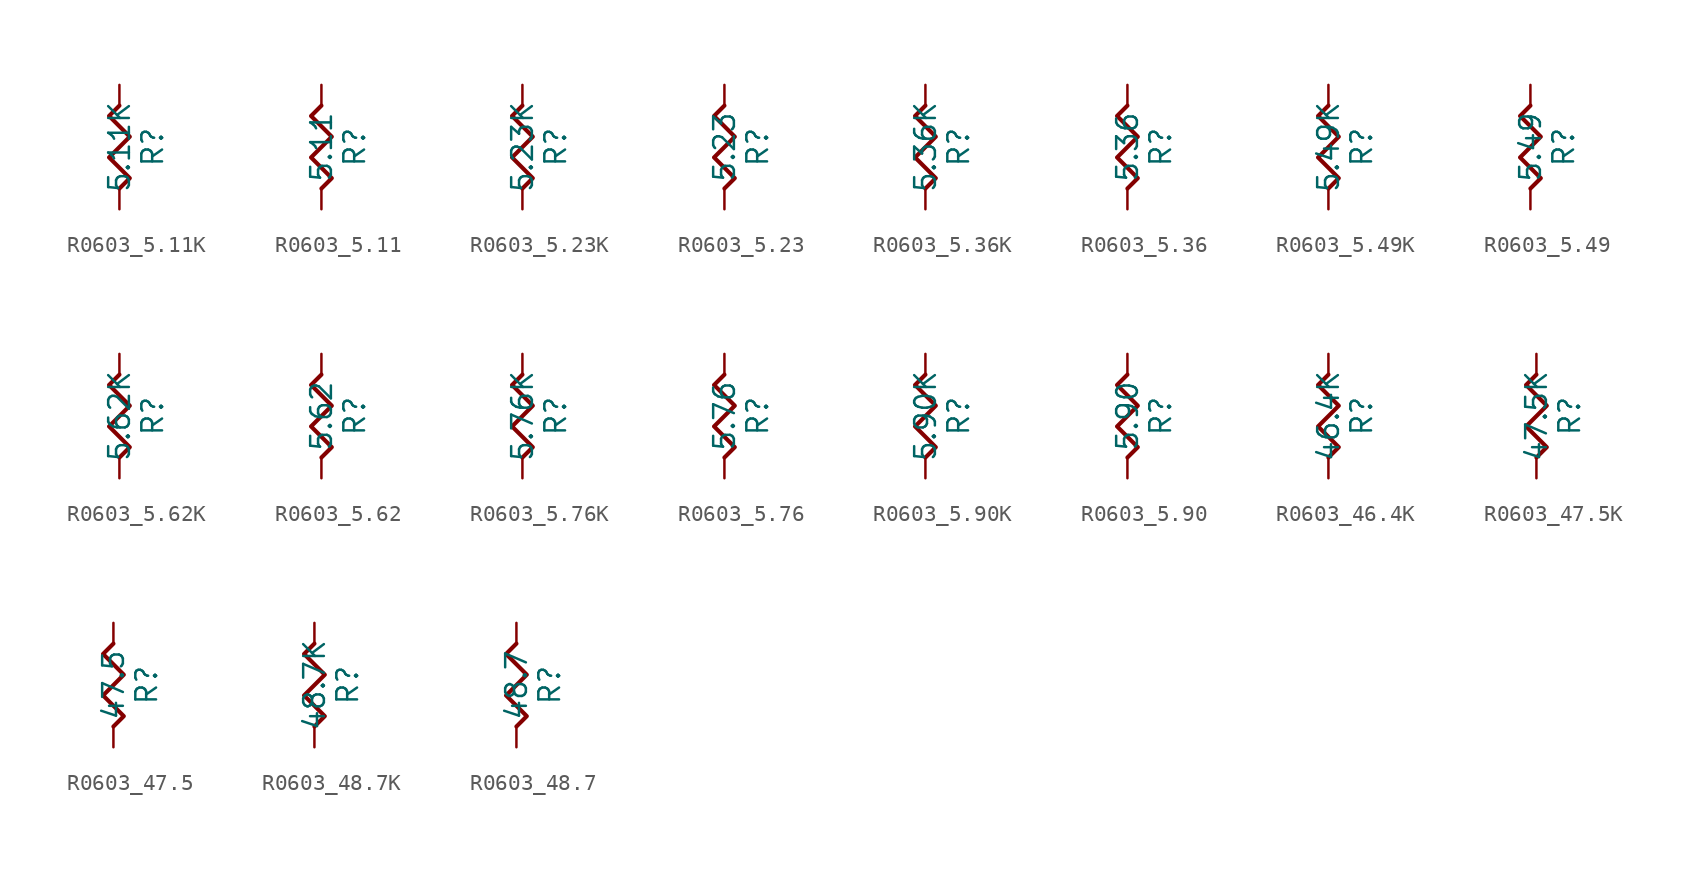
<source format=kicad_sym>
(kicad_symbol_lib
  (version 20211014)
  (generator atlantix-eda)
  (symbol "R0603_5.11K"
    (pin_numbers hide)
    (pin_names
      (offset 0))
    (property "Reference" "R"
      (at 2.032 0 90)
      (effects (font (size 1.27 1.27))))
    (property "Value" "5.11K"
      (at 0 0 90)
      (effects (font (size 1.27 1.27))))
    (symbol "R0603_5.11K_0_1"
      (polyline (pts (xy 0 -2.54) (xy 0.635 -1.905) (xy -0.635 -0.635) (xy 0.635 0.635) (xy -0.635 1.905) (xy 0 2.54)) (stroke (width 0.254) (type default) (color 0 0 0 0)) (fill (type none))))
    (symbol "R0603_5.11K_1_1"
      (pin passive line (at 0 3.81 270) (length 1.27) (name "~" (effects (font (size 1.27 1.27)))) (number "1" (effects (font (size 1.27 1.27)))))
      (pin passive line (at 0 -3.81 90) (length 1.27) (name "~" (effects (font (size 1.27 1.27)))) (number "2" (effects (font (size 1.27 1.27)))))))
  (symbol "R0603_5.11"
    (pin_numbers hide)
    (pin_names
      (offset 0))
    (property "Reference" "R"
      (at 2.032 0 90)
      (effects (font (size 1.27 1.27))))
    (property "Value" "5.11"
      (at 0 0 90)
      (effects (font (size 1.27 1.27))))
    (symbol "R0603_5.11_0_1"
      (polyline (pts (xy 0 -2.54) (xy 0.635 -1.905) (xy -0.635 -0.635) (xy 0.635 0.635) (xy -0.635 1.905) (xy 0 2.54)) (stroke (width 0.254) (type default) (color 0 0 0 0)) (fill (type none))))
    (symbol "R0603_5.11_1_1"
      (pin passive line (at 0 3.81 270) (length 1.27) (name "~" (effects (font (size 1.27 1.27)))) (number "1" (effects (font (size 1.27 1.27)))))
      (pin passive line (at 0 -3.81 90) (length 1.27) (name "~" (effects (font (size 1.27 1.27)))) (number "2" (effects (font (size 1.27 1.27)))))))
  (symbol "R0603_5.23K"
    (pin_numbers hide)
    (pin_names
      (offset 0))
    (property "Reference" "R"
      (at 2.032 0 90)
      (effects (font (size 1.27 1.27))))
    (property "Value" "5.23K"
      (at 0 0 90)
      (effects (font (size 1.27 1.27))))
    (symbol "R0603_5.23K_0_1"
      (polyline (pts (xy 0 -2.54) (xy 0.635 -1.905) (xy -0.635 -0.635) (xy 0.635 0.635) (xy -0.635 1.905) (xy 0 2.54)) (stroke (width 0.254) (type default) (color 0 0 0 0)) (fill (type none))))
    (symbol "R0603_5.23K_1_1"
      (pin passive line (at 0 3.81 270) (length 1.27) (name "~" (effects (font (size 1.27 1.27)))) (number "1" (effects (font (size 1.27 1.27)))))
      (pin passive line (at 0 -3.81 90) (length 1.27) (name "~" (effects (font (size 1.27 1.27)))) (number "2" (effects (font (size 1.27 1.27)))))))
  (symbol "R0603_5.23"
    (pin_numbers hide)
    (pin_names
      (offset 0))
    (property "Reference" "R"
      (at 2.032 0 90)
      (effects (font (size 1.27 1.27))))
    (property "Value" "5.23"
      (at 0 0 90)
      (effects (font (size 1.27 1.27))))
    (symbol "R0603_5.23_0_1"
      (polyline (pts (xy 0 -2.54) (xy 0.635 -1.905) (xy -0.635 -0.635) (xy 0.635 0.635) (xy -0.635 1.905) (xy 0 2.54)) (stroke (width 0.254) (type default) (color 0 0 0 0)) (fill (type none))))
    (symbol "R0603_5.23_1_1"
      (pin passive line (at 0 3.81 270) (length 1.27) (name "~" (effects (font (size 1.27 1.27)))) (number "1" (effects (font (size 1.27 1.27)))))
      (pin passive line (at 0 -3.81 90) (length 1.27) (name "~" (effects (font (size 1.27 1.27)))) (number "2" (effects (font (size 1.27 1.27)))))))
  (symbol "R0603_5.36K"
    (pin_numbers hide)
    (pin_names
      (offset 0))
    (property "Reference" "R"
      (at 2.032 0 90)
      (effects (font (size 1.27 1.27))))
    (property "Value" "5.36K"
      (at 0 0 90)
      (effects (font (size 1.27 1.27))))
    (symbol "R0603_5.36K_0_1"
      (polyline (pts (xy 0 -2.54) (xy 0.635 -1.905) (xy -0.635 -0.635) (xy 0.635 0.635) (xy -0.635 1.905) (xy 0 2.54)) (stroke (width 0.254) (type default) (color 0 0 0 0)) (fill (type none))))
    (symbol "R0603_5.36K_1_1"
      (pin passive line (at 0 3.81 270) (length 1.27) (name "~" (effects (font (size 1.27 1.27)))) (number "1" (effects (font (size 1.27 1.27)))))
      (pin passive line (at 0 -3.81 90) (length 1.27) (name "~" (effects (font (size 1.27 1.27)))) (number "2" (effects (font (size 1.27 1.27)))))))
  (symbol "R0603_5.36"
    (pin_numbers hide)
    (pin_names
      (offset 0))
    (property "Reference" "R"
      (at 2.032 0 90)
      (effects (font (size 1.27 1.27))))
    (property "Value" "5.36"
      (at 0 0 90)
      (effects (font (size 1.27 1.27))))
    (symbol "R0603_5.36_0_1"
      (polyline (pts (xy 0 -2.54) (xy 0.635 -1.905) (xy -0.635 -0.635) (xy 0.635 0.635) (xy -0.635 1.905) (xy 0 2.54)) (stroke (width 0.254) (type default) (color 0 0 0 0)) (fill (type none))))
    (symbol "R0603_5.36_1_1"
      (pin passive line (at 0 3.81 270) (length 1.27) (name "~" (effects (font (size 1.27 1.27)))) (number "1" (effects (font (size 1.27 1.27)))))
      (pin passive line (at 0 -3.81 90) (length 1.27) (name "~" (effects (font (size 1.27 1.27)))) (number "2" (effects (font (size 1.27 1.27)))))))
  (symbol "R0603_5.49K"
    (pin_numbers hide)
    (pin_names
      (offset 0))
    (property "Reference" "R"
      (at 2.032 0 90)
      (effects (font (size 1.27 1.27))))
    (property "Value" "5.49K"
      (at 0 0 90)
      (effects (font (size 1.27 1.27))))
    (symbol "R0603_5.49K_0_1"
      (polyline (pts (xy 0 -2.54) (xy 0.635 -1.905) (xy -0.635 -0.635) (xy 0.635 0.635) (xy -0.635 1.905) (xy 0 2.54)) (stroke (width 0.254) (type default) (color 0 0 0 0)) (fill (type none))))
    (symbol "R0603_5.49K_1_1"
      (pin passive line (at 0 3.81 270) (length 1.27) (name "~" (effects (font (size 1.27 1.27)))) (number "1" (effects (font (size 1.27 1.27)))))
      (pin passive line (at 0 -3.81 90) (length 1.27) (name "~" (effects (font (size 1.27 1.27)))) (number "2" (effects (font (size 1.27 1.27)))))))
  (symbol "R0603_5.49"
    (pin_numbers hide)
    (pin_names
      (offset 0))
    (property "Reference" "R"
      (at 2.032 0 90)
      (effects (font (size 1.27 1.27))))
    (property "Value" "5.49"
      (at 0 0 90)
      (effects (font (size 1.27 1.27))))
    (symbol "R0603_5.49_0_1"
      (polyline (pts (xy 0 -2.54) (xy 0.635 -1.905) (xy -0.635 -0.635) (xy 0.635 0.635) (xy -0.635 1.905) (xy 0 2.54)) (stroke (width 0.254) (type default) (color 0 0 0 0)) (fill (type none))))
    (symbol "R0603_5.49_1_1"
      (pin passive line (at 0 3.81 270) (length 1.27) (name "~" (effects (font (size 1.27 1.27)))) (number "1" (effects (font (size 1.27 1.27)))))
      (pin passive line (at 0 -3.81 90) (length 1.27) (name "~" (effects (font (size 1.27 1.27)))) (number "2" (effects (font (size 1.27 1.27)))))))
  (symbol "R0603_5.62K"
    (pin_numbers hide)
    (pin_names
      (offset 0))
    (property "Reference" "R"
      (at 2.032 0 90)
      (effects (font (size 1.27 1.27))))
    (property "Value" "5.62K"
      (at 0 0 90)
      (effects (font (size 1.27 1.27))))
    (symbol "R0603_5.62K_0_1"
      (polyline (pts (xy 0 -2.54) (xy 0.635 -1.905) (xy -0.635 -0.635) (xy 0.635 0.635) (xy -0.635 1.905) (xy 0 2.54)) (stroke (width 0.254) (type default) (color 0 0 0 0)) (fill (type none))))
    (symbol "R0603_5.62K_1_1"
      (pin passive line (at 0 3.81 270) (length 1.27) (name "~" (effects (font (size 1.27 1.27)))) (number "1" (effects (font (size 1.27 1.27)))))
      (pin passive line (at 0 -3.81 90) (length 1.27) (name "~" (effects (font (size 1.27 1.27)))) (number "2" (effects (font (size 1.27 1.27)))))))
  (symbol "R0603_5.62"
    (pin_numbers hide)
    (pin_names
      (offset 0))
    (property "Reference" "R"
      (at 2.032 0 90)
      (effects (font (size 1.27 1.27))))
    (property "Value" "5.62"
      (at 0 0 90)
      (effects (font (size 1.27 1.27))))
    (symbol "R0603_5.62_0_1"
      (polyline (pts (xy 0 -2.54) (xy 0.635 -1.905) (xy -0.635 -0.635) (xy 0.635 0.635) (xy -0.635 1.905) (xy 0 2.54)) (stroke (width 0.254) (type default) (color 0 0 0 0)) (fill (type none))))
    (symbol "R0603_5.62_1_1"
      (pin passive line (at 0 3.81 270) (length 1.27) (name "~" (effects (font (size 1.27 1.27)))) (number "1" (effects (font (size 1.27 1.27)))))
      (pin passive line (at 0 -3.81 90) (length 1.27) (name "~" (effects (font (size 1.27 1.27)))) (number "2" (effects (font (size 1.27 1.27)))))))
  (symbol "R0603_5.76K"
    (pin_numbers hide)
    (pin_names
      (offset 0))
    (property "Reference" "R"
      (at 2.032 0 90)
      (effects (font (size 1.27 1.27))))
    (property "Value" "5.76K"
      (at 0 0 90)
      (effects (font (size 1.27 1.27))))
    (symbol "R0603_5.76K_0_1"
      (polyline (pts (xy 0 -2.54) (xy 0.635 -1.905) (xy -0.635 -0.635) (xy 0.635 0.635) (xy -0.635 1.905) (xy 0 2.54)) (stroke (width 0.254) (type default) (color 0 0 0 0)) (fill (type none))))
    (symbol "R0603_5.76K_1_1"
      (pin passive line (at 0 3.81 270) (length 1.27) (name "~" (effects (font (size 1.27 1.27)))) (number "1" (effects (font (size 1.27 1.27)))))
      (pin passive line (at 0 -3.81 90) (length 1.27) (name "~" (effects (font (size 1.27 1.27)))) (number "2" (effects (font (size 1.27 1.27)))))))
  (symbol "R0603_5.76"
    (pin_numbers hide)
    (pin_names
      (offset 0))
    (property "Reference" "R"
      (at 2.032 0 90)
      (effects (font (size 1.27 1.27))))
    (property "Value" "5.76"
      (at 0 0 90)
      (effects (font (size 1.27 1.27))))
    (symbol "R0603_5.76_0_1"
      (polyline (pts (xy 0 -2.54) (xy 0.635 -1.905) (xy -0.635 -0.635) (xy 0.635 0.635) (xy -0.635 1.905) (xy 0 2.54)) (stroke (width 0.254) (type default) (color 0 0 0 0)) (fill (type none))))
    (symbol "R0603_5.76_1_1"
      (pin passive line (at 0 3.81 270) (length 1.27) (name "~" (effects (font (size 1.27 1.27)))) (number "1" (effects (font (size 1.27 1.27)))))
      (pin passive line (at 0 -3.81 90) (length 1.27) (name "~" (effects (font (size 1.27 1.27)))) (number "2" (effects (font (size 1.27 1.27)))))))
  (symbol "R0603_5.90K"
    (pin_numbers hide)
    (pin_names
      (offset 0))
    (property "Reference" "R"
      (at 2.032 0 90)
      (effects (font (size 1.27 1.27))))
    (property "Value" "5.90K"
      (at 0 0 90)
      (effects (font (size 1.27 1.27))))
    (symbol "R0603_5.90K_0_1"
      (polyline (pts (xy 0 -2.54) (xy 0.635 -1.905) (xy -0.635 -0.635) (xy 0.635 0.635) (xy -0.635 1.905) (xy 0 2.54)) (stroke (width 0.254) (type default) (color 0 0 0 0)) (fill (type none))))
    (symbol "R0603_5.90K_1_1"
      (pin passive line (at 0 3.81 270) (length 1.27) (name "~" (effects (font (size 1.27 1.27)))) (number "1" (effects (font (size 1.27 1.27)))))
      (pin passive line (at 0 -3.81 90) (length 1.27) (name "~" (effects (font (size 1.27 1.27)))) (number "2" (effects (font (size 1.27 1.27)))))))
  (symbol "R0603_5.90"
    (pin_numbers hide)
    (pin_names
      (offset 0))
    (property "Reference" "R"
      (at 2.032 0 90)
      (effects (font (size 1.27 1.27))))
    (property "Value" "5.90"
      (at 0 0 90)
      (effects (font (size 1.27 1.27))))
    (symbol "R0603_5.90_0_1"
      (polyline (pts (xy 0 -2.54) (xy 0.635 -1.905) (xy -0.635 -0.635) (xy 0.635 0.635) (xy -0.635 1.905) (xy 0 2.54)) (stroke (width 0.254) (type default) (color 0 0 0 0)) (fill (type none))))
    (symbol "R0603_5.90_1_1"
      (pin passive line (at 0 3.81 270) (length 1.27) (name "~" (effects (font (size 1.27 1.27)))) (number "1" (effects (font (size 1.27 1.27)))))
      (pin passive line (at 0 -3.81 90) (length 1.27) (name "~" (effects (font (size 1.27 1.27)))) (number "2" (effects (font (size 1.27 1.27)))))))
  (symbol "R0603_46.4K"
    (pin_numbers hide)
    (pin_names
      (offset 0))
    (property "Reference" "R"
      (at 2.032 0 90)
      (effects (font (size 1.27 1.27))))
    (property "Value" "46.4K"
      (at 0 0 90)
      (effects (font (size 1.27 1.27))))
    (symbol "R0603_46.4K_0_1"
      (polyline (pts (xy 0 -2.54) (xy 0.635 -1.905) (xy -0.635 -0.635) (xy 0.635 0.635) (xy -0.635 1.905) (xy 0 2.54)) (stroke (width 0.254) (type default) (color 0 0 0 0)) (fill (type none))))
    (symbol "R0603_46.4K_1_1"
      (pin passive line (at 0 3.81 270) (length 1.27) (name "~" (effects (font (size 1.27 1.27)))) (number "1" (effects (font (size 1.27 1.27)))))
      (pin passive line (at 0 -3.81 90) (length 1.27) (name "~" (effects (font (size 1.27 1.27)))) (number "2" (effects (font (size 1.27 1.27)))))))
  (symbol "R0603_47.5K"
    (pin_numbers hide)
    (pin_names
      (offset 0))
    (property "Reference" "R"
      (at 2.032 0 90)
      (effects (font (size 1.27 1.27))))
    (property "Value" "47.5K"
      (at 0 0 90)
      (effects (font (size 1.27 1.27))))
    (symbol "R0603_47.5K_0_1"
      (polyline (pts (xy 0 -2.54) (xy 0.635 -1.905) (xy -0.635 -0.635) (xy 0.635 0.635) (xy -0.635 1.905) (xy 0 2.54)) (stroke (width 0.254) (type default) (color 0 0 0 0)) (fill (type none))))
    (symbol "R0603_47.5K_1_1"
      (pin passive line (at 0 3.81 270) (length 1.27) (name "~" (effects (font (size 1.27 1.27)))) (number "1" (effects (font (size 1.27 1.27)))))
      (pin passive line (at 0 -3.81 90) (length 1.27) (name "~" (effects (font (size 1.27 1.27)))) (number "2" (effects (font (size 1.27 1.27)))))))
  (symbol "R0603_47.5"
    (pin_numbers hide)
    (pin_names
      (offset 0))
    (property "Reference" "R"
      (at 2.032 0 90)
      (effects (font (size 1.27 1.27))))
    (property "Value" "47.5"
      (at 0 0 90)
      (effects (font (size 1.27 1.27))))
    (symbol "R0603_47.5_0_1"
      (polyline (pts (xy 0 -2.54) (xy 0.635 -1.905) (xy -0.635 -0.635) (xy 0.635 0.635) (xy -0.635 1.905) (xy 0 2.54)) (stroke (width 0.254) (type default) (color 0 0 0 0)) (fill (type none))))
    (symbol "R0603_47.5_1_1"
      (pin passive line (at 0 3.81 270) (length 1.27) (name "~" (effects (font (size 1.27 1.27)))) (number "1" (effects (font (size 1.27 1.27)))))
      (pin passive line (at 0 -3.81 90) (length 1.27) (name "~" (effects (font (size 1.27 1.27)))) (number "2" (effects (font (size 1.27 1.27)))))))
  (symbol "R0603_48.7K"
    (pin_numbers hide)
    (pin_names
      (offset 0))
    (property "Reference" "R"
      (at 2.032 0 90)
      (effects (font (size 1.27 1.27))))
    (property "Value" "48.7K"
      (at 0 0 90)
      (effects (font (size 1.27 1.27))))
    (symbol "R0603_48.7K_0_1"
      (polyline (pts (xy 0 -2.54) (xy 0.635 -1.905) (xy -0.635 -0.635) (xy 0.635 0.635) (xy -0.635 1.905) (xy 0 2.54)) (stroke (width 0.254) (type default) (color 0 0 0 0)) (fill (type none))))
    (symbol "R0603_48.7K_1_1"
      (pin passive line (at 0 3.81 270) (length 1.27) (name "~" (effects (font (size 1.27 1.27)))) (number "1" (effects (font (size 1.27 1.27)))))
      (pin passive line (at 0 -3.81 90) (length 1.27) (name "~" (effects (font (size 1.27 1.27)))) (number "2" (effects (font (size 1.27 1.27)))))))
  (symbol "R0603_48.7"
    (pin_numbers hide)
    (pin_names
      (offset 0))
    (property "Reference" "R"
      (at 2.032 0 90)
      (effects (font (size 1.27 1.27))))
    (property "Value" "48.7"
      (at 0 0 90)
      (effects (font (size 1.27 1.27))))
    (symbol "R0603_48.7_0_1"
      (polyline (pts (xy 0 -2.54) (xy 0.635 -1.905) (xy -0.635 -0.635) (xy 0.635 0.635) (xy -0.635 1.905) (xy 0 2.54)) (stroke (width 0.254) (type default) (color 0 0 0 0)) (fill (type none))))
    (symbol "R0603_48.7_1_1"
      (pin passive line (at 0 3.81 270) (length 1.27) (name "~" (effects (font (size 1.27 1.27)))) (number "1" (effects (font (size 1.27 1.27)))))
      (pin passive line (at 0 -3.81 90) (length 1.27) (name "~" (effects (font (size 1.27 1.27)))) (number "2" (effects (font (size 1.27 1.27))))))))
</source>
